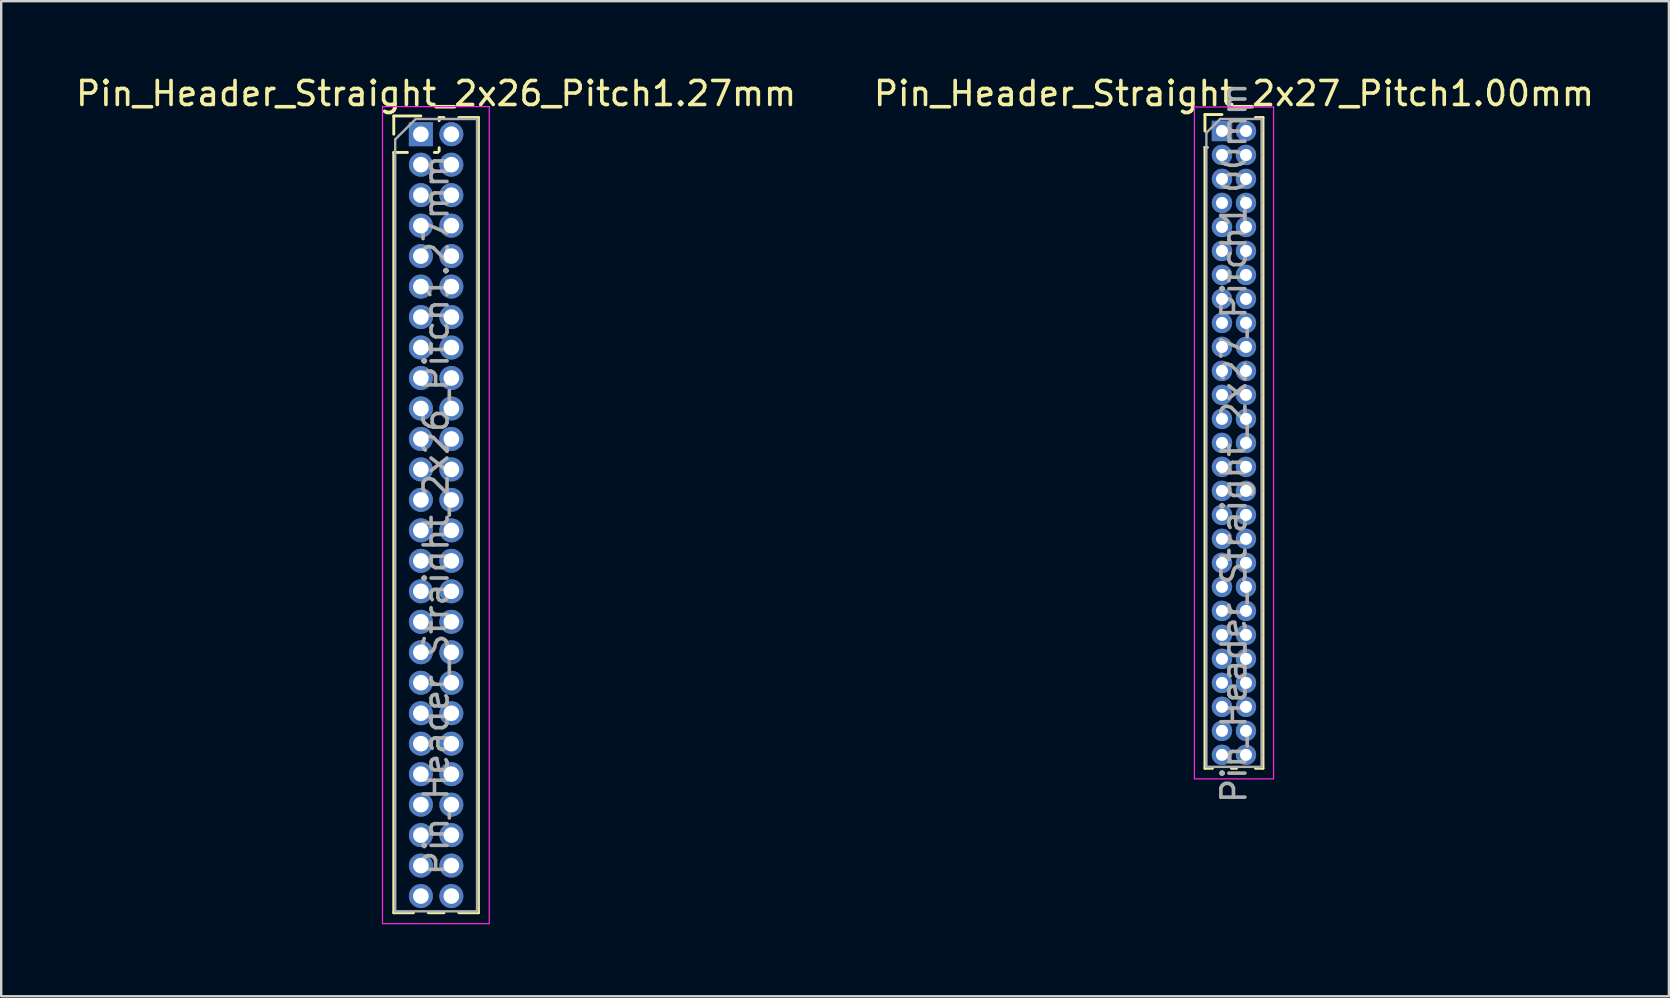
<source format=kicad_pcb>
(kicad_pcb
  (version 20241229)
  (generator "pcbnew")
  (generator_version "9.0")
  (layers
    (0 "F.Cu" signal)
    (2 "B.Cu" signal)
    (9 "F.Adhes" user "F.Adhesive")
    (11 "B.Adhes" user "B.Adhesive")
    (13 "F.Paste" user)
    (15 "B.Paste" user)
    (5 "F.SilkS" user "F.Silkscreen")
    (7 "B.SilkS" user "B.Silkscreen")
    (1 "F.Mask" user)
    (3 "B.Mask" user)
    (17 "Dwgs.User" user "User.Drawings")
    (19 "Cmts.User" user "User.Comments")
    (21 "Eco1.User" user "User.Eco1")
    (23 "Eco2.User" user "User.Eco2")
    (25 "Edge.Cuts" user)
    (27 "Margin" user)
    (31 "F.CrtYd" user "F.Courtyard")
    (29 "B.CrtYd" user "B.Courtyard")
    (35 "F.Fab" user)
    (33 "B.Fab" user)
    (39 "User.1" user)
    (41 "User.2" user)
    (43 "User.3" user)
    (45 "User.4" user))
  (footprint "Pin_Header_Straight_2x27_Pitch1.00mm"
    (layer "F.Cu")
    (at 47.875 2.408)
    (property "Reference" "Pin_Header_Straight_2x27_Pitch1.00mm" (at 0.5 -1.56 0) (layer "F.SilkS") (effects (font (size 1 1) (thickness 0.15))))
    (attr through_hole)
    (fp_line (start -0.71 -0.685) (end 0 -0.685) (stroke (width 0.12) (type solid)) (layer "F.SilkS"))
    (fp_line (start -0.71 0) (end -0.71 -0.685) (stroke (width 0.12) (type solid)) (layer "F.SilkS"))
    (fp_line (start -0.71 0.685) (end -0.71 26.56) (stroke (width 0.12) (type solid)) (layer "F.SilkS"))
    (fp_line (start -0.71 0.685) (end -0.608 0.685) (stroke (width 0.12) (type solid)) (layer "F.SilkS"))
    (fp_line (start -0.71 26.56) (end -0.394 26.56) (stroke (width 0.12) (type solid)) (layer "F.SilkS"))
    (fp_line (start 0.394 26.56) (end 0.606 26.56) (stroke (width 0.12) (type solid)) (layer "F.SilkS"))
    (fp_line (start 1.394 -0.56) (end 1.71 -0.56) (stroke (width 0.12) (type solid)) (layer "F.SilkS"))
    (fp_line (start 1.394 26.56) (end 1.71 26.56) (stroke (width 0.12) (type solid)) (layer "F.SilkS"))
    (fp_line (start 1.71 -0.56) (end 1.71 26.56) (stroke (width 0.12) (type solid)) (layer "F.SilkS"))
    (fp_line (start -1.15 -1) (end -1.15 27) (stroke (width 0.05) (type solid)) (layer "F.CrtYd"))
    (fp_line (start -1.15 27) (end 2.15 27) (stroke (width 0.05) (type solid)) (layer "F.CrtYd"))
    (fp_line (start 2.15 -1) (end -1.15 -1) (stroke (width 0.05) (type solid)) (layer "F.CrtYd"))
    (fp_line (start 2.15 27) (end 2.15 -1) (stroke (width 0.05) (type solid)) (layer "F.CrtYd"))
    (fp_line (start -0.65 0.075) (end -0.075 -0.5) (stroke (width 0.1) (type solid)) (layer "F.Fab"))
    (fp_line (start -0.65 26.5) (end -0.65 0.075) (stroke (width 0.1) (type solid)) (layer "F.Fab"))
    (fp_line (start -0.075 -0.5) (end 1.65 -0.5) (stroke (width 0.1) (type solid)) (layer "F.Fab"))
    (fp_line (start 1.65 -0.5) (end 1.65 26.5) (stroke (width 0.1) (type solid)) (layer "F.Fab"))
    (fp_line (start 1.65 26.5) (end -0.65 26.5) (stroke (width 0.1) (type solid)) (layer "F.Fab"))
    (fp_text user "${REFERENCE}" (at 0.5 13 90) (layer "F.Fab") (effects (font (size 1 1) (thickness 0.15))))
    (pad "1" thru_hole rect (at 0 0) (size 0.85 0.85) (drill 0.5) (layers "*.Cu" "*.Mask"))
    (pad "2" thru_hole oval (at 1 0) (size 0.85 0.85) (drill 0.5) (layers "*.Cu" "*.Mask"))
    (pad "3" thru_hole oval (at 0 1) (size 0.85 0.85) (drill 0.5) (layers "*.Cu" "*.Mask"))
    (pad "4" thru_hole oval (at 1 1) (size 0.85 0.85) (drill 0.5) (layers "*.Cu" "*.Mask"))
    (pad "5" thru_hole oval (at 0 2) (size 0.85 0.85) (drill 0.5) (layers "*.Cu" "*.Mask"))
    (pad "6" thru_hole oval (at 1 2) (size 0.85 0.85) (drill 0.5) (layers "*.Cu" "*.Mask"))
    (pad "7" thru_hole oval (at 0 3) (size 0.85 0.85) (drill 0.5) (layers "*.Cu" "*.Mask"))
    (pad "8" thru_hole oval (at 1 3) (size 0.85 0.85) (drill 0.5) (layers "*.Cu" "*.Mask"))
    (pad "9" thru_hole oval (at 0 4) (size 0.85 0.85) (drill 0.5) (layers "*.Cu" "*.Mask"))
    (pad "10" thru_hole oval (at 1 4) (size 0.85 0.85) (drill 0.5) (layers "*.Cu" "*.Mask"))
    (pad "11" thru_hole oval (at 0 5) (size 0.85 0.85) (drill 0.5) (layers "*.Cu" "*.Mask"))
    (pad "12" thru_hole oval (at 1 5) (size 0.85 0.85) (drill 0.5) (layers "*.Cu" "*.Mask"))
    (pad "13" thru_hole oval (at 0 6) (size 0.85 0.85) (drill 0.5) (layers "*.Cu" "*.Mask"))
    (pad "14" thru_hole oval (at 1 6) (size 0.85 0.85) (drill 0.5) (layers "*.Cu" "*.Mask"))
    (pad "15" thru_hole oval (at 0 7) (size 0.85 0.85) (drill 0.5) (layers "*.Cu" "*.Mask"))
    (pad "16" thru_hole oval (at 1 7) (size 0.85 0.85) (drill 0.5) (layers "*.Cu" "*.Mask"))
    (pad "17" thru_hole oval (at 0 8) (size 0.85 0.85) (drill 0.5) (layers "*.Cu" "*.Mask"))
    (pad "18" thru_hole oval (at 1 8) (size 0.85 0.85) (drill 0.5) (layers "*.Cu" "*.Mask"))
    (pad "19" thru_hole oval (at 0 9) (size 0.85 0.85) (drill 0.5) (layers "*.Cu" "*.Mask"))
    (pad "20" thru_hole oval (at 1 9) (size 0.85 0.85) (drill 0.5) (layers "*.Cu" "*.Mask"))
    (pad "21" thru_hole oval (at 0 10) (size 0.85 0.85) (drill 0.5) (layers "*.Cu" "*.Mask"))
    (pad "22" thru_hole oval (at 1 10) (size 0.85 0.85) (drill 0.5) (layers "*.Cu" "*.Mask"))
    (pad "23" thru_hole oval (at 0 11) (size 0.85 0.85) (drill 0.5) (layers "*.Cu" "*.Mask"))
    (pad "24" thru_hole oval (at 1 11) (size 0.85 0.85) (drill 0.5) (layers "*.Cu" "*.Mask"))
    (pad "25" thru_hole oval (at 0 12) (size 0.85 0.85) (drill 0.5) (layers "*.Cu" "*.Mask"))
    (pad "26" thru_hole oval (at 1 12) (size 0.85 0.85) (drill 0.5) (layers "*.Cu" "*.Mask"))
    (pad "27" thru_hole oval (at 0 13) (size 0.85 0.85) (drill 0.5) (layers "*.Cu" "*.Mask"))
    (pad "28" thru_hole oval (at 1 13) (size 0.85 0.85) (drill 0.5) (layers "*.Cu" "*.Mask"))
    (pad "29" thru_hole oval (at 0 14) (size 0.85 0.85) (drill 0.5) (layers "*.Cu" "*.Mask"))
    (pad "30" thru_hole oval (at 1 14) (size 0.85 0.85) (drill 0.5) (layers "*.Cu" "*.Mask"))
    (pad "31" thru_hole oval (at 0 15) (size 0.85 0.85) (drill 0.5) (layers "*.Cu" "*.Mask"))
    (pad "32" thru_hole oval (at 1 15) (size 0.85 0.85) (drill 0.5) (layers "*.Cu" "*.Mask"))
    (pad "33" thru_hole oval (at 0 16) (size 0.85 0.85) (drill 0.5) (layers "*.Cu" "*.Mask"))
    (pad "34" thru_hole oval (at 1 16) (size 0.85 0.85) (drill 0.5) (layers "*.Cu" "*.Mask"))
    (pad "35" thru_hole oval (at 0 17) (size 0.85 0.85) (drill 0.5) (layers "*.Cu" "*.Mask"))
    (pad "36" thru_hole oval (at 1 17) (size 0.85 0.85) (drill 0.5) (layers "*.Cu" "*.Mask"))
    (pad "37" thru_hole oval (at 0 18) (size 0.85 0.85) (drill 0.5) (layers "*.Cu" "*.Mask"))
    (pad "38" thru_hole oval (at 1 18) (size 0.85 0.85) (drill 0.5) (layers "*.Cu" "*.Mask"))
    (pad "39" thru_hole oval (at 0 19) (size 0.85 0.85) (drill 0.5) (layers "*.Cu" "*.Mask"))
    (pad "40" thru_hole oval (at 1 19) (size 0.85 0.85) (drill 0.5) (layers "*.Cu" "*.Mask"))
    (pad "41" thru_hole oval (at 0 20) (size 0.85 0.85) (drill 0.5) (layers "*.Cu" "*.Mask"))
    (pad "42" thru_hole oval (at 1 20) (size 0.85 0.85) (drill 0.5) (layers "*.Cu" "*.Mask"))
    (pad "43" thru_hole oval (at 0 21) (size 0.85 0.85) (drill 0.5) (layers "*.Cu" "*.Mask"))
    (pad "44" thru_hole oval (at 1 21) (size 0.85 0.85) (drill 0.5) (layers "*.Cu" "*.Mask"))
    (pad "45" thru_hole oval (at 0 22) (size 0.85 0.85) (drill 0.5) (layers "*.Cu" "*.Mask"))
    (pad "46" thru_hole oval (at 1 22) (size 0.85 0.85) (drill 0.5) (layers "*.Cu" "*.Mask"))
    (pad "47" thru_hole oval (at 0 23) (size 0.85 0.85) (drill 0.5) (layers "*.Cu" "*.Mask"))
    (pad "48" thru_hole oval (at 1 23) (size 0.85 0.85) (drill 0.5) (layers "*.Cu" "*.Mask"))
    (pad "49" thru_hole oval (at 0 24) (size 0.85 0.85) (drill 0.5) (layers "*.Cu" "*.Mask"))
    (pad "50" thru_hole oval (at 1 24) (size 0.85 0.85) (drill 0.5) (layers "*.Cu" "*.Mask"))
    (pad "51" thru_hole oval (at 0 25) (size 0.85 0.85) (drill 0.5) (layers "*.Cu" "*.Mask"))
    (pad "52" thru_hole oval (at 1 25) (size 0.85 0.85) (drill 0.5) (layers "*.Cu" "*.Mask"))
    (pad "53" thru_hole oval (at 0 26) (size 0.85 0.85) (drill 0.5) (layers "*.Cu" "*.Mask"))
    (pad "54" thru_hole oval (at 1 26) (size 0.85 0.85) (drill 0.5) (layers "*.Cu" "*.Mask")))
  (footprint "Pin_Header_Straight_2x26_Pitch1.27mm"
    (layer "F.Cu")
    (at 14.49 2.543)
    (property "Reference" "Pin_Header_Straight_2x26_Pitch1.27mm" (at 0.635 -1.695 0) (layer "F.SilkS") (effects (font (size 1 1) (thickness 0.15))))
    (attr through_hole)
    (fp_line (start -1.13 -0.76) (end 0 -0.76) (stroke (width 0.12) (type solid)) (layer "F.SilkS"))
    (fp_line (start -1.13 0) (end -1.13 -0.76) (stroke (width 0.12) (type solid)) (layer "F.SilkS"))
    (fp_line (start -1.13 0.76) (end -1.13 32.445) (stroke (width 0.12) (type solid)) (layer "F.SilkS"))
    (fp_line (start -1.13 0.76) (end -0.563 0.76) (stroke (width 0.12) (type solid)) (layer "F.SilkS"))
    (fp_line (start -1.13 32.445) (end -0.308 32.445) (stroke (width 0.12) (type solid)) (layer "F.SilkS"))
    (fp_line (start 0.308 32.445) (end 0.962 32.445) (stroke (width 0.12) (type solid)) (layer "F.SilkS"))
    (fp_line (start 0.563 0.76) (end 0.707 0.76) (stroke (width 0.12) (type solid)) (layer "F.SilkS"))
    (fp_line (start 0.76 -0.695) (end 0.962 -0.695) (stroke (width 0.12) (type solid)) (layer "F.SilkS"))
    (fp_line (start 0.76 -0.563) (end 0.76 -0.695) (stroke (width 0.12) (type solid)) (layer "F.SilkS"))
    (fp_line (start 0.76 0.707) (end 0.76 0.563) (stroke (width 0.12) (type solid)) (layer "F.SilkS"))
    (fp_line (start 1.578 -0.695) (end 2.4 -0.695) (stroke (width 0.12) (type solid)) (layer "F.SilkS"))
    (fp_line (start 1.578 32.445) (end 2.4 32.445) (stroke (width 0.12) (type solid)) (layer "F.SilkS"))
    (fp_line (start 2.4 -0.695) (end 2.4 32.445) (stroke (width 0.12) (type solid)) (layer "F.SilkS"))
    (fp_line (start -1.6 -1.15) (end -1.6 32.9) (stroke (width 0.05) (type solid)) (layer "F.CrtYd"))
    (fp_line (start -1.6 32.9) (end 2.85 32.9) (stroke (width 0.05) (type solid)) (layer "F.CrtYd"))
    (fp_line (start 2.85 -1.15) (end -1.6 -1.15) (stroke (width 0.05) (type solid)) (layer "F.CrtYd"))
    (fp_line (start 2.85 32.9) (end 2.85 -1.15) (stroke (width 0.05) (type solid)) (layer "F.CrtYd"))
    (fp_line (start -1.07 0.217) (end -0.217 -0.635) (stroke (width 0.1) (type solid)) (layer "F.Fab"))
    (fp_line (start -1.07 32.385) (end -1.07 0.217) (stroke (width 0.1) (type solid)) (layer "F.Fab"))
    (fp_line (start -0.217 -0.635) (end 2.34 -0.635) (stroke (width 0.1) (type solid)) (layer "F.Fab"))
    (fp_line (start 2.34 -0.635) (end 2.34 32.385) (stroke (width 0.1) (type solid)) (layer "F.Fab"))
    (fp_line (start 2.34 32.385) (end -1.07 32.385) (stroke (width 0.1) (type solid)) (layer "F.Fab"))
    (fp_text user "${REFERENCE}" (at 0.635 15.875 90) (layer "F.Fab") (effects (font (size 1 1) (thickness 0.15))))
    (pad "1" thru_hole rect (at 0 0) (size 1 1) (drill 0.65) (layers "*.Cu" "*.Mask"))
    (pad "2" thru_hole oval (at 1.27 0) (size 1 1) (drill 0.65) (layers "*.Cu" "*.Mask"))
    (pad "3" thru_hole oval (at 0 1.27) (size 1 1) (drill 0.65) (layers "*.Cu" "*.Mask"))
    (pad "4" thru_hole oval (at 1.27 1.27) (size 1 1) (drill 0.65) (layers "*.Cu" "*.Mask"))
    (pad "5" thru_hole oval (at 0 2.54) (size 1 1) (drill 0.65) (layers "*.Cu" "*.Mask"))
    (pad "6" thru_hole oval (at 1.27 2.54) (size 1 1) (drill 0.65) (layers "*.Cu" "*.Mask"))
    (pad "7" thru_hole oval (at 0 3.81) (size 1 1) (drill 0.65) (layers "*.Cu" "*.Mask"))
    (pad "8" thru_hole oval (at 1.27 3.81) (size 1 1) (drill 0.65) (layers "*.Cu" "*.Mask"))
    (pad "9" thru_hole oval (at 0 5.08) (size 1 1) (drill 0.65) (layers "*.Cu" "*.Mask"))
    (pad "10" thru_hole oval (at 1.27 5.08) (size 1 1) (drill 0.65) (layers "*.Cu" "*.Mask"))
    (pad "11" thru_hole oval (at 0 6.35) (size 1 1) (drill 0.65) (layers "*.Cu" "*.Mask"))
    (pad "12" thru_hole oval (at 1.27 6.35) (size 1 1) (drill 0.65) (layers "*.Cu" "*.Mask"))
    (pad "13" thru_hole oval (at 0 7.62) (size 1 1) (drill 0.65) (layers "*.Cu" "*.Mask"))
    (pad "14" thru_hole oval (at 1.27 7.62) (size 1 1) (drill 0.65) (layers "*.Cu" "*.Mask"))
    (pad "15" thru_hole oval (at 0 8.89) (size 1 1) (drill 0.65) (layers "*.Cu" "*.Mask"))
    (pad "16" thru_hole oval (at 1.27 8.89) (size 1 1) (drill 0.65) (layers "*.Cu" "*.Mask"))
    (pad "17" thru_hole oval (at 0 10.16) (size 1 1) (drill 0.65) (layers "*.Cu" "*.Mask"))
    (pad "18" thru_hole oval (at 1.27 10.16) (size 1 1) (drill 0.65) (layers "*.Cu" "*.Mask"))
    (pad "19" thru_hole oval (at 0 11.43) (size 1 1) (drill 0.65) (layers "*.Cu" "*.Mask"))
    (pad "20" thru_hole oval (at 1.27 11.43) (size 1 1) (drill 0.65) (layers "*.Cu" "*.Mask"))
    (pad "21" thru_hole oval (at 0 12.7) (size 1 1) (drill 0.65) (layers "*.Cu" "*.Mask"))
    (pad "22" thru_hole oval (at 1.27 12.7) (size 1 1) (drill 0.65) (layers "*.Cu" "*.Mask"))
    (pad "23" thru_hole oval (at 0 13.97) (size 1 1) (drill 0.65) (layers "*.Cu" "*.Mask"))
    (pad "24" thru_hole oval (at 1.27 13.97) (size 1 1) (drill 0.65) (layers "*.Cu" "*.Mask"))
    (pad "25" thru_hole oval (at 0 15.24) (size 1 1) (drill 0.65) (layers "*.Cu" "*.Mask"))
    (pad "26" thru_hole oval (at 1.27 15.24) (size 1 1) (drill 0.65) (layers "*.Cu" "*.Mask"))
    (pad "27" thru_hole oval (at 0 16.51) (size 1 1) (drill 0.65) (layers "*.Cu" "*.Mask"))
    (pad "28" thru_hole oval (at 1.27 16.51) (size 1 1) (drill 0.65) (layers "*.Cu" "*.Mask"))
    (pad "29" thru_hole oval (at 0 17.78) (size 1 1) (drill 0.65) (layers "*.Cu" "*.Mask"))
    (pad "30" thru_hole oval (at 1.27 17.78) (size 1 1) (drill 0.65) (layers "*.Cu" "*.Mask"))
    (pad "31" thru_hole oval (at 0 19.05) (size 1 1) (drill 0.65) (layers "*.Cu" "*.Mask"))
    (pad "32" thru_hole oval (at 1.27 19.05) (size 1 1) (drill 0.65) (layers "*.Cu" "*.Mask"))
    (pad "33" thru_hole oval (at 0 20.32) (size 1 1) (drill 0.65) (layers "*.Cu" "*.Mask"))
    (pad "34" thru_hole oval (at 1.27 20.32) (size 1 1) (drill 0.65) (layers "*.Cu" "*.Mask"))
    (pad "35" thru_hole oval (at 0 21.59) (size 1 1) (drill 0.65) (layers "*.Cu" "*.Mask"))
    (pad "36" thru_hole oval (at 1.27 21.59) (size 1 1) (drill 0.65) (layers "*.Cu" "*.Mask"))
    (pad "37" thru_hole oval (at 0 22.86) (size 1 1) (drill 0.65) (layers "*.Cu" "*.Mask"))
    (pad "38" thru_hole oval (at 1.27 22.86) (size 1 1) (drill 0.65) (layers "*.Cu" "*.Mask"))
    (pad "39" thru_hole oval (at 0 24.13) (size 1 1) (drill 0.65) (layers "*.Cu" "*.Mask"))
    (pad "40" thru_hole oval (at 1.27 24.13) (size 1 1) (drill 0.65) (layers "*.Cu" "*.Mask"))
    (pad "41" thru_hole oval (at 0 25.4) (size 1 1) (drill 0.65) (layers "*.Cu" "*.Mask"))
    (pad "42" thru_hole oval (at 1.27 25.4) (size 1 1) (drill 0.65) (layers "*.Cu" "*.Mask"))
    (pad "43" thru_hole oval (at 0 26.67) (size 1 1) (drill 0.65) (layers "*.Cu" "*.Mask"))
    (pad "44" thru_hole oval (at 1.27 26.67) (size 1 1) (drill 0.65) (layers "*.Cu" "*.Mask"))
    (pad "45" thru_hole oval (at 0 27.94) (size 1 1) (drill 0.65) (layers "*.Cu" "*.Mask"))
    (pad "46" thru_hole oval (at 1.27 27.94) (size 1 1) (drill 0.65) (layers "*.Cu" "*.Mask"))
    (pad "47" thru_hole oval (at 0 29.21) (size 1 1) (drill 0.65) (layers "*.Cu" "*.Mask"))
    (pad "48" thru_hole oval (at 1.27 29.21) (size 1 1) (drill 0.65) (layers "*.Cu" "*.Mask"))
    (pad "49" thru_hole oval (at 0 30.48) (size 1 1) (drill 0.65) (layers "*.Cu" "*.Mask"))
    (pad "50" thru_hole oval (at 1.27 30.48) (size 1 1) (drill 0.65) (layers "*.Cu" "*.Mask"))
    (pad "51" thru_hole oval (at 0 31.75) (size 1 1) (drill 0.65) (layers "*.Cu" "*.Mask"))
    (pad "52" thru_hole oval (at 1.27 31.75) (size 1 1) (drill 0.65) (layers "*.Cu" "*.Mask")))
  (gr_rect
    (start -3 -3)
    (end 66.5 38.468)
    (stroke (width 0.1) (type default))
    (fill no)
    (layer "Edge.Cuts")))
</source>
